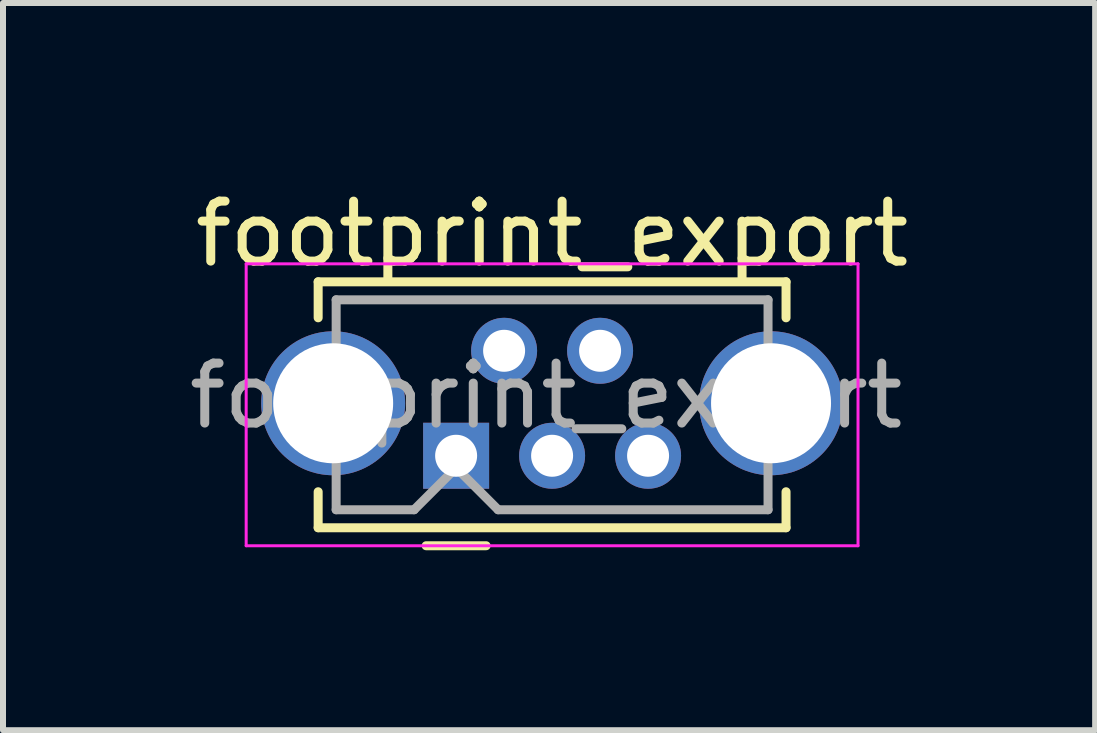
<source format=kicad_pcb>
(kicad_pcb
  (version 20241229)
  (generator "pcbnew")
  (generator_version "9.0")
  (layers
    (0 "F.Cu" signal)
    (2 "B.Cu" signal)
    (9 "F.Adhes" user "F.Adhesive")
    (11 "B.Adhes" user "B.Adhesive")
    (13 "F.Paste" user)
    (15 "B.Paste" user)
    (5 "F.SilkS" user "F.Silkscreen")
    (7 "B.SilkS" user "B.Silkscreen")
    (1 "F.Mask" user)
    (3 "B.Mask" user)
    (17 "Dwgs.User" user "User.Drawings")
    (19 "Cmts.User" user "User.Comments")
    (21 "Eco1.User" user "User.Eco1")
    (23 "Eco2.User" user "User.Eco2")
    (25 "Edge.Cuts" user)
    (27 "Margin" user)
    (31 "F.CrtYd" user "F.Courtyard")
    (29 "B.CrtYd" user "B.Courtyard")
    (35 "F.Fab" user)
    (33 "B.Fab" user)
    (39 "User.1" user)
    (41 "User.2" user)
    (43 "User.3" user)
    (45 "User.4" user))
  (footprint "footprint_export"
    (layer "F.Cu")
    (at 4.554 4.548)
    (property "Reference" "footprint_export" (at 1.6 -3.7 0) (layer "F.SilkS") (effects (font (size 1 1) (thickness 0.15))))
    (attr through_hole)
    (fp_line (start -2.3 -2.9) (end 5.5 -2.9) (stroke (width 0.15) (type solid)) (layer "F.SilkS"))
    (fp_line (start -2.3 -2.3) (end -2.3 -2.9) (stroke (width 0.15) (type solid)) (layer "F.SilkS"))
    (fp_line (start -2.3 0.6) (end -2.3 1.2) (stroke (width 0.15) (type solid)) (layer "F.SilkS"))
    (fp_line (start -2.3 1.2) (end 5.5 1.2) (stroke (width 0.15) (type solid)) (layer "F.SilkS"))
    (fp_line (start -0.5 1.5) (end 0.5 1.5) (stroke (width 0.15) (type solid)) (layer "F.SilkS"))
    (fp_line (start 5.5 -2.9) (end 5.5 -2.3) (stroke (width 0.15) (type solid)) (layer "F.SilkS"))
    (fp_line (start 5.5 1.2) (end 5.5 0.6) (stroke (width 0.15) (type solid)) (layer "F.SilkS"))
    (fp_line (start -3.5 -3.2) (end -3.5 1.5) (stroke (width 0.05) (type solid)) (layer "F.CrtYd"))
    (fp_line (start -3.5 1.5) (end 6.7 1.5) (stroke (width 0.05) (type solid)) (layer "F.CrtYd"))
    (fp_line (start 6.7 -3.2) (end -3.5 -3.2) (stroke (width 0.05) (type solid)) (layer "F.CrtYd"))
    (fp_line (start 6.7 1.5) (end 6.7 -3.2) (stroke (width 0.05) (type solid)) (layer "F.CrtYd"))
    (fp_line (start -2 0.9) (end -2 -2.6) (stroke (width 0.15) (type solid)) (layer "F.Fab"))
    (fp_line (start -2 0.9) (end -0.7 0.9) (stroke (width 0.15) (type solid)) (layer "F.Fab"))
    (fp_line (start -0.7 0.9) (end 0 0.2) (stroke (width 0.15) (type solid)) (layer "F.Fab"))
    (fp_line (start 0 0.2) (end 0.7 0.9) (stroke (width 0.15) (type solid)) (layer "F.Fab"))
    (fp_line (start 0.7 0.9) (end 5.2 0.9) (stroke (width 0.15) (type solid)) (layer "F.Fab"))
    (fp_line (start 5.2 -2.6) (end -2 -2.6) (stroke (width 0.15) (type solid)) (layer "F.Fab"))
    (fp_line (start 5.2 -2.6) (end 5.2 0.9) (stroke (width 0.15) (type solid)) (layer "F.Fab"))
    (fp_text user "${REFERENCE}" (at 1.5 -1 0) (layer "F.Fab") (effects (font (size 1 1) (thickness 0.15))))
    (pad "1" thru_hole rect (at 0 0) (size 1.1 1.1) (drill 0.7) (layers "*.Cu" "*.Mask"))
    (pad "2" thru_hole circle (at 0.8 -1.75) (size 1.1 1.1) (drill 0.7) (layers "*.Cu" "*.Mask"))
    (pad "3" thru_hole circle (at 1.6 0) (size 1.1 1.1) (drill 0.7) (layers "*.Cu" "*.Mask"))
    (pad "4" thru_hole circle (at 2.4 -1.75) (size 1.1 1.1) (drill 0.7) (layers "*.Cu" "*.Mask"))
    (pad "5" thru_hole circle (at 3.2 0) (size 1.1 1.1) (drill 0.7) (layers "*.Cu" "*.Mask"))
    (pad "6" thru_hole circle (at -2.05 -0.875) (size 2.4 2.4) (drill 2) (layers "*.Cu" "*.Mask"))
    (pad "6" thru_hole circle (at 5.25 -0.875) (size 2.4 2.4) (drill 2) (layers "*.Cu" "*.Mask")))
  (gr_rect
    (start -3 -3)
    (end 15.207 9.123)
    (stroke (width 0.1) (type default))
    (fill no)
    (layer "Edge.Cuts")))
</source>
